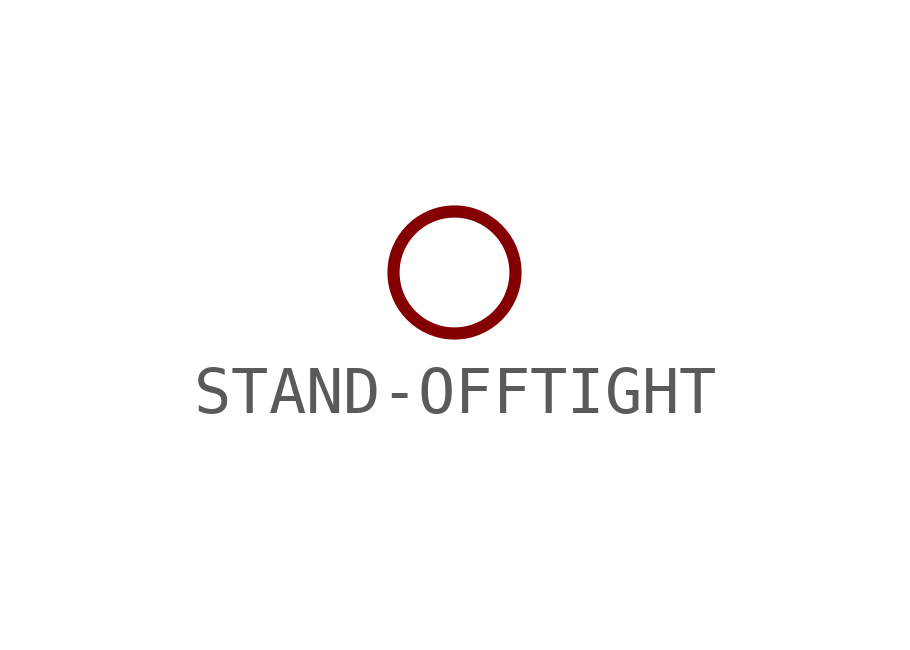
<source format=kicad_sym>
(kicad_symbol_lib
  (version 20241209)
  (generator "kicad_symbol_editor")
  (generator_version "9.0")
  (symbol "STAND-OFFTIGHT"
    (property "Reference" "JP"
      (at 0 0 0)
      (effects (font (size 1.27 1.27)) (hide yes)))
    (property "ki_locked" ""
      (at 0 0 0)
      (effects (font (size 1.27 1.27))))
    (symbol "STAND-OFFTIGHT_1_0"
      (circle (center 0 0) (radius 1.27) (stroke (width 0.254) (type solid)) (fill (type none))))))
</source>
